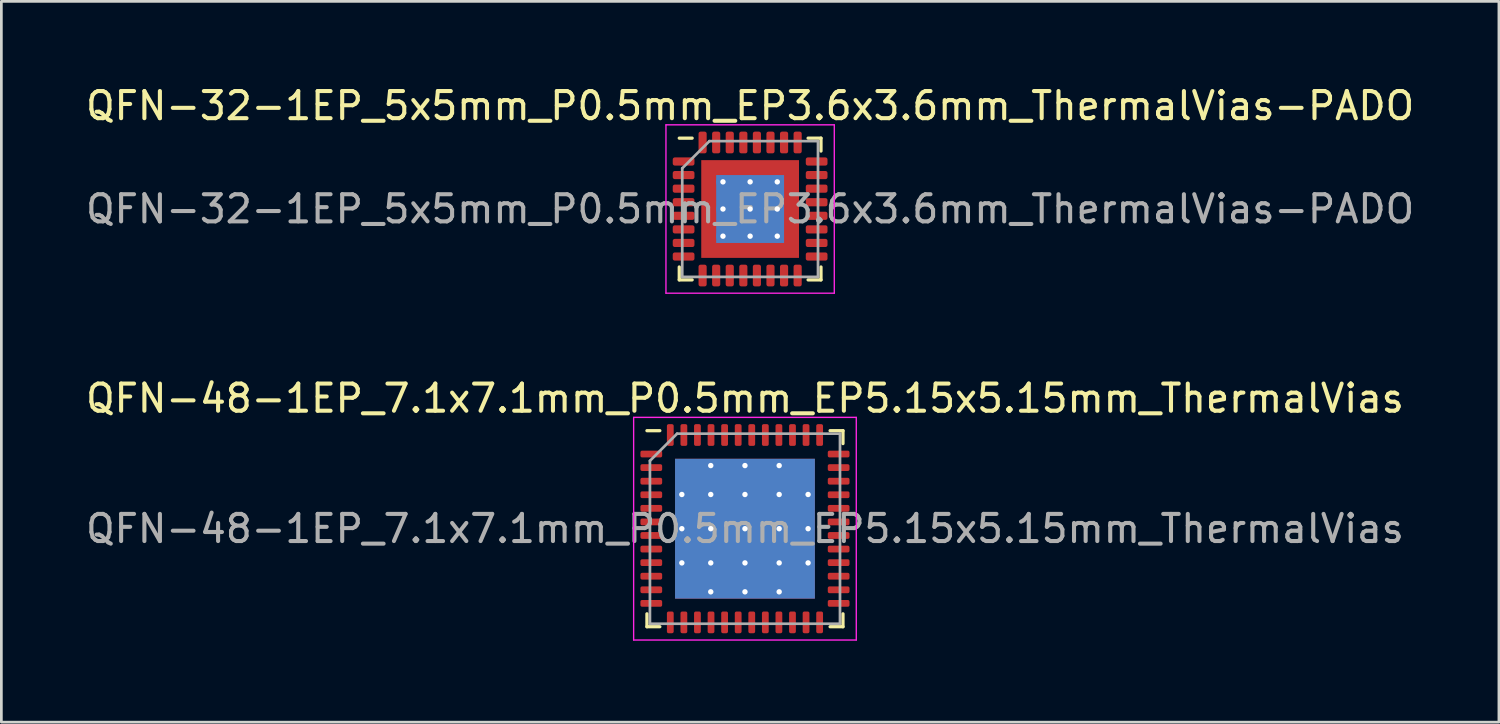
<source format=kicad_pcb>
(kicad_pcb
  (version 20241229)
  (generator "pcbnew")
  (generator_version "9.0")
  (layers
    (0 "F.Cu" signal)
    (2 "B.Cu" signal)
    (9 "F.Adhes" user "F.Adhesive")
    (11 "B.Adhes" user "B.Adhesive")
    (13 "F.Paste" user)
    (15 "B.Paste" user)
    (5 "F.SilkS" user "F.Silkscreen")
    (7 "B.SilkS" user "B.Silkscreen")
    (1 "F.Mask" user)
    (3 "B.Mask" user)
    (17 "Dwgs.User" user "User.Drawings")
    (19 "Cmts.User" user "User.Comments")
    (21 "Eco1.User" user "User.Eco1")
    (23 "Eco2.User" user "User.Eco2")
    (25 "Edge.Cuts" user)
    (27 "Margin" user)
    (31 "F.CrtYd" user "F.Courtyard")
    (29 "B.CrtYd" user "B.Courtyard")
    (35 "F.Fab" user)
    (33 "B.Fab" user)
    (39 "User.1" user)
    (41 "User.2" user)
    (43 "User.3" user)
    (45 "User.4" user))
  (footprint "QFN-32-1EP_5x5mm_P0.5mm_EP3.6x3.6mm_ThermalVias-PADO"
    (layer "F.Cu")
    (at 24.577 4.648)
    (property "Reference" "QFN-32-1EP_5x5mm_P0.5mm_EP3.6x3.6mm_ThermalVias-PADO" (at 0 -3.8 0) (layer "F.SilkS") (effects (font (size 1 1) (thickness 0.15))))
    (attr smd)
    (fp_line (start -2.61 2.61) (end -2.61 2.135) (stroke (width 0.12) (type solid)) (layer "F.SilkS"))
    (fp_line (start -2.135 -2.61) (end -2.61 -2.61) (stroke (width 0.12) (type solid)) (layer "F.SilkS"))
    (fp_line (start -2.135 2.61) (end -2.61 2.61) (stroke (width 0.12) (type solid)) (layer "F.SilkS"))
    (fp_line (start 2.135 -2.61) (end 2.61 -2.61) (stroke (width 0.12) (type solid)) (layer "F.SilkS"))
    (fp_line (start 2.135 2.61) (end 2.61 2.61) (stroke (width 0.12) (type solid)) (layer "F.SilkS"))
    (fp_line (start 2.61 -2.61) (end 2.61 -2.135) (stroke (width 0.12) (type solid)) (layer "F.SilkS"))
    (fp_line (start 2.61 2.61) (end 2.61 2.135) (stroke (width 0.12) (type solid)) (layer "F.SilkS"))
    (fp_line (start -3.1 -3.1) (end -3.1 3.1) (stroke (width 0.05) (type solid)) (layer "F.CrtYd"))
    (fp_line (start -3.1 3.1) (end 3.1 3.1) (stroke (width 0.05) (type solid)) (layer "F.CrtYd"))
    (fp_line (start 3.1 -3.1) (end -3.1 -3.1) (stroke (width 0.05) (type solid)) (layer "F.CrtYd"))
    (fp_line (start 3.1 3.1) (end 3.1 -3.1) (stroke (width 0.05) (type solid)) (layer "F.CrtYd"))
    (fp_line (start -2.5 -1.5) (end -1.5 -2.5) (stroke (width 0.1) (type solid)) (layer "F.Fab"))
    (fp_line (start -2.5 2.5) (end -2.5 -1.5) (stroke (width 0.1) (type solid)) (layer "F.Fab"))
    (fp_line (start -1.5 -2.5) (end 2.5 -2.5) (stroke (width 0.1) (type solid)) (layer "F.Fab"))
    (fp_line (start 2.5 -2.5) (end 2.5 2.5) (stroke (width 0.1) (type solid)) (layer "F.Fab"))
    (fp_line (start 2.5 2.5) (end -2.5 2.5) (stroke (width 0.1) (type solid)) (layer "F.Fab"))
    (fp_text user "${REFERENCE}" (at 0 0 0) (layer "F.Fab") (effects (font (size 1 1) (thickness 0.15))))
    (pad "" smd custom (at -1.4 -1.4) (size 0.555 0.555) (layers "F.Paste") (options (anchor circle)) (primitives (gr_poly (pts (xy -0.232 -0.232) (xy 0.232 -0.232) (xy 0.232 0.157) (xy 0.157 0.232) (xy -0.232 0.232)) (width 0.181) (fill yes))))
    (pad "" smd custom (at -1.4 -0.5) (size 0.568 0.568) (layers "F.Paste") (options (anchor circle)) (primitives (gr_poly (pts (xy -0.246 -0.326) (xy 0.182 -0.326) (xy 0.246 -0.263) (xy 0.246 0.263) (xy 0.182 0.326) (xy -0.246 0.326)) (width 0.153) (fill yes))))
    (pad "" smd custom (at -1.4 0.5) (size 0.568 0.568) (layers "F.Paste") (options (anchor circle)) (primitives (gr_poly (pts (xy -0.246 -0.326) (xy 0.182 -0.326) (xy 0.246 -0.263) (xy 0.246 0.263) (xy 0.182 0.326) (xy -0.246 0.326)) (width 0.153) (fill yes))))
    (pad "" smd custom (at -1.4 1.4) (size 0.555 0.555) (layers "F.Paste") (options (anchor circle)) (primitives (gr_poly (pts (xy -0.232 -0.232) (xy 0.157 -0.232) (xy 0.232 -0.157) (xy 0.232 0.232) (xy -0.232 0.232)) (width 0.181) (fill yes))))
    (pad "" smd custom (at -0.5 -1.4) (size 0.568 0.568) (layers "F.Paste") (options (anchor circle)) (primitives (gr_poly (pts (xy -0.326 -0.246) (xy 0.326 -0.246) (xy 0.326 0.182) (xy 0.263 0.246) (xy -0.263 0.246) (xy -0.326 0.182)) (width 0.153) (fill yes))))
    (pad "" smd roundrect (at -0.5 -0.5) (size 0.806 0.806) (layers "F.Paste") (roundrect_rratio 0.25))
    (pad "" smd roundrect (at -0.5 0.5) (size 0.806 0.806) (layers "F.Paste") (roundrect_rratio 0.25))
    (pad "" smd custom (at -0.5 1.4) (size 0.568 0.568) (layers "F.Paste") (options (anchor circle)) (primitives (gr_poly (pts (xy -0.326 -0.182) (xy -0.263 -0.246) (xy 0.263 -0.246) (xy 0.326 -0.182) (xy 0.326 0.246) (xy -0.326 0.246)) (width 0.153) (fill yes))))
    (pad "" smd custom (at 0.5 -1.4) (size 0.568 0.568) (layers "F.Paste") (options (anchor circle)) (primitives (gr_poly (pts (xy -0.326 -0.246) (xy 0.326 -0.246) (xy 0.326 0.182) (xy 0.263 0.246) (xy -0.263 0.246) (xy -0.326 0.182)) (width 0.153) (fill yes))))
    (pad "" smd roundrect (at 0.5 -0.5) (size 0.806 0.806) (layers "F.Paste") (roundrect_rratio 0.25))
    (pad "" smd roundrect (at 0.5 0.5) (size 0.806 0.806) (layers "F.Paste") (roundrect_rratio 0.25))
    (pad "" smd custom (at 0.5 1.4) (size 0.568 0.568) (layers "F.Paste") (options (anchor circle)) (primitives (gr_poly (pts (xy -0.326 -0.182) (xy -0.263 -0.246) (xy 0.263 -0.246) (xy 0.326 -0.182) (xy 0.326 0.246) (xy -0.326 0.246)) (width 0.153) (fill yes))))
    (pad "" smd custom (at 1.4 -1.4) (size 0.555 0.555) (layers "F.Paste") (options (anchor circle)) (primitives (gr_poly (pts (xy -0.232 -0.232) (xy 0.232 -0.232) (xy 0.232 0.232) (xy -0.157 0.232) (xy -0.232 0.157)) (width 0.181) (fill yes))))
    (pad "" smd custom (at 1.4 -0.5) (size 0.568 0.568) (layers "F.Paste") (options (anchor circle)) (primitives (gr_poly (pts (xy -0.246 -0.263) (xy -0.182 -0.326) (xy 0.246 -0.326) (xy 0.246 0.326) (xy -0.182 0.326) (xy -0.246 0.263)) (width 0.153) (fill yes))))
    (pad "" smd custom (at 1.4 0.5) (size 0.568 0.568) (layers "F.Paste") (options (anchor circle)) (primitives (gr_poly (pts (xy -0.246 -0.263) (xy -0.182 -0.326) (xy 0.246 -0.326) (xy 0.246 0.326) (xy -0.182 0.326) (xy -0.246 0.263)) (width 0.153) (fill yes))))
    (pad "" smd custom (at 1.4 1.4) (size 0.555 0.555) (layers "F.Paste") (options (anchor circle)) (primitives (gr_poly (pts (xy -0.232 -0.157) (xy -0.157 -0.232) (xy 0.232 -0.232) (xy 0.232 0.232) (xy -0.232 0.232)) (width 0.181) (fill yes))))
    (pad "1" smd roundrect (at -2.45 -1.75) (size 0.8 0.3) (layers "F.Cu" "F.Mask" "F.Paste") (roundrect_rratio 0.25))
    (pad "2" smd roundrect (at -2.45 -1.25) (size 0.8 0.3) (layers "F.Cu" "F.Mask" "F.Paste") (roundrect_rratio 0.25))
    (pad "3" smd roundrect (at -2.45 -0.75) (size 0.8 0.3) (layers "F.Cu" "F.Mask" "F.Paste") (roundrect_rratio 0.25))
    (pad "4" smd roundrect (at -2.45 -0.25) (size 0.8 0.3) (layers "F.Cu" "F.Mask" "F.Paste") (roundrect_rratio 0.25))
    (pad "5" smd roundrect (at -2.45 0.25) (size 0.8 0.3) (layers "F.Cu" "F.Mask" "F.Paste") (roundrect_rratio 0.25))
    (pad "6" smd roundrect (at -2.45 0.75) (size 0.8 0.3) (layers "F.Cu" "F.Mask" "F.Paste") (roundrect_rratio 0.25))
    (pad "7" smd roundrect (at -2.45 1.25) (size 0.8 0.3) (layers "F.Cu" "F.Mask" "F.Paste") (roundrect_rratio 0.25))
    (pad "8" smd roundrect (at -2.45 1.75) (size 0.8 0.3) (layers "F.Cu" "F.Mask" "F.Paste") (roundrect_rratio 0.25))
    (pad "9" smd roundrect (at -1.75 2.45) (size 0.3 0.8) (layers "F.Cu" "F.Mask" "F.Paste") (roundrect_rratio 0.25))
    (pad "10" smd roundrect (at -1.25 2.45) (size 0.3 0.8) (layers "F.Cu" "F.Mask" "F.Paste") (roundrect_rratio 0.25))
    (pad "11" smd roundrect (at -0.75 2.45) (size 0.3 0.8) (layers "F.Cu" "F.Mask" "F.Paste") (roundrect_rratio 0.25))
    (pad "12" smd roundrect (at -0.25 2.45) (size 0.3 0.8) (layers "F.Cu" "F.Mask" "F.Paste") (roundrect_rratio 0.25))
    (pad "13" smd roundrect (at 0.25 2.45) (size 0.3 0.8) (layers "F.Cu" "F.Mask" "F.Paste") (roundrect_rratio 0.25))
    (pad "14" smd roundrect (at 0.75 2.45) (size 0.3 0.8) (layers "F.Cu" "F.Mask" "F.Paste") (roundrect_rratio 0.25))
    (pad "15" smd roundrect (at 1.25 2.45) (size 0.3 0.8) (layers "F.Cu" "F.Mask" "F.Paste") (roundrect_rratio 0.25))
    (pad "16" smd roundrect (at 1.75 2.45) (size 0.3 0.8) (layers "F.Cu" "F.Mask" "F.Paste") (roundrect_rratio 0.25))
    (pad "17" smd roundrect (at 2.45 1.75) (size 0.8 0.3) (layers "F.Cu" "F.Mask" "F.Paste") (roundrect_rratio 0.25))
    (pad "18" smd roundrect (at 2.45 1.25) (size 0.8 0.3) (layers "F.Cu" "F.Mask" "F.Paste") (roundrect_rratio 0.25))
    (pad "19" smd roundrect (at 2.45 0.75) (size 0.8 0.3) (layers "F.Cu" "F.Mask" "F.Paste") (roundrect_rratio 0.25))
    (pad "20" smd roundrect (at 2.45 0.25) (size 0.8 0.3) (layers "F.Cu" "F.Mask" "F.Paste") (roundrect_rratio 0.25))
    (pad "21" smd roundrect (at 2.45 -0.25) (size 0.8 0.3) (layers "F.Cu" "F.Mask" "F.Paste") (roundrect_rratio 0.25))
    (pad "22" smd roundrect (at 2.45 -0.75) (size 0.8 0.3) (layers "F.Cu" "F.Mask" "F.Paste") (roundrect_rratio 0.25))
    (pad "23" smd roundrect (at 2.45 -1.25) (size 0.8 0.3) (layers "F.Cu" "F.Mask" "F.Paste") (roundrect_rratio 0.25))
    (pad "24" smd roundrect (at 2.45 -1.75) (size 0.8 0.3) (layers "F.Cu" "F.Mask" "F.Paste") (roundrect_rratio 0.25))
    (pad "25" smd roundrect (at 1.75 -2.45) (size 0.3 0.8) (layers "F.Cu" "F.Mask" "F.Paste") (roundrect_rratio 0.25))
    (pad "26" smd roundrect (at 1.25 -2.45) (size 0.3 0.8) (layers "F.Cu" "F.Mask" "F.Paste") (roundrect_rratio 0.25))
    (pad "27" smd roundrect (at 0.75 -2.45) (size 0.3 0.8) (layers "F.Cu" "F.Mask" "F.Paste") (roundrect_rratio 0.25))
    (pad "28" smd roundrect (at 0.25 -2.45) (size 0.3 0.8) (layers "F.Cu" "F.Mask" "F.Paste") (roundrect_rratio 0.25))
    (pad "29" smd roundrect (at -0.25 -2.45) (size 0.3 0.8) (layers "F.Cu" "F.Mask" "F.Paste") (roundrect_rratio 0.25))
    (pad "30" smd roundrect (at -0.75 -2.45) (size 0.3 0.8) (layers "F.Cu" "F.Mask" "F.Paste") (roundrect_rratio 0.25))
    (pad "31" smd roundrect (at -1.25 -2.45) (size 0.3 0.8) (layers "F.Cu" "F.Mask" "F.Paste") (roundrect_rratio 0.25))
    (pad "32" smd roundrect (at -1.75 -2.45) (size 0.3 0.8) (layers "F.Cu" "F.Mask" "F.Paste") (roundrect_rratio 0.25))
    (pad "33" thru_hole circle (at -1 -1) (size 0.5 0.5) (drill 0.2) (layers "*.Cu"))
    (pad "33" thru_hole circle (at -1 0) (size 0.5 0.5) (drill 0.2) (layers "*.Cu"))
    (pad "33" thru_hole circle (at -1 1) (size 0.5 0.5) (drill 0.2) (layers "*.Cu"))
    (pad "33" thru_hole circle (at 0 -1) (size 0.5 0.5) (drill 0.2) (layers "*.Cu"))
    (pad "33" thru_hole circle (at 0 0) (size 0.5 0.5) (drill 0.2) (layers "*.Cu"))
    (pad "33" smd rect (at 0 0) (size 2.5 2.5) (layers "B.Cu"))
    (pad "33" smd rect (at 0 0) (size 3.6 3.6) (layers "F.Cu" "F.Mask"))
    (pad "33" thru_hole circle (at 0 1) (size 0.5 0.5) (drill 0.2) (layers "*.Cu"))
    (pad "33" thru_hole circle (at 1 -1) (size 0.5 0.5) (drill 0.2) (layers "*.Cu"))
    (pad "33" thru_hole circle (at 1 0) (size 0.5 0.5) (drill 0.2) (layers "*.Cu"))
    (pad "33" thru_hole circle (at 1 1) (size 0.5 0.5) (drill 0.2) (layers "*.Cu")))
  (footprint "QFN-48-1EP_7.1x7.1mm_P0.5mm_EP5.15x5.15mm_ThermalVias"
    (layer "F.Cu")
    (at 24.387 16.422)
    (property "Reference" "QFN-48-1EP_7.1x7.1mm_P0.5mm_EP5.15x5.15mm_ThermalVias" (at 0 -4.8 0) (layer "F.SilkS") (effects (font (size 1 1) (thickness 0.15))))
    (attr smd)
    (fp_line (start -3.61 3.61) (end -3.61 3.135) (stroke (width 0.12) (type solid)) (layer "F.SilkS"))
    (fp_line (start -3.135 -3.61) (end -3.61 -3.61) (stroke (width 0.12) (type solid)) (layer "F.SilkS"))
    (fp_line (start -3.135 3.61) (end -3.61 3.61) (stroke (width 0.12) (type solid)) (layer "F.SilkS"))
    (fp_line (start 3.135 -3.61) (end 3.61 -3.61) (stroke (width 0.12) (type solid)) (layer "F.SilkS"))
    (fp_line (start 3.135 3.61) (end 3.61 3.61) (stroke (width 0.12) (type solid)) (layer "F.SilkS"))
    (fp_line (start 3.61 -3.61) (end 3.61 -3.135) (stroke (width 0.12) (type solid)) (layer "F.SilkS"))
    (fp_line (start 3.61 3.61) (end 3.61 3.135) (stroke (width 0.12) (type solid)) (layer "F.SilkS"))
    (fp_line (start -4.1 -4.1) (end -4.1 4.1) (stroke (width 0.05) (type solid)) (layer "F.CrtYd"))
    (fp_line (start -4.1 4.1) (end 4.1 4.1) (stroke (width 0.05) (type solid)) (layer "F.CrtYd"))
    (fp_line (start 4.1 -4.1) (end -4.1 -4.1) (stroke (width 0.05) (type solid)) (layer "F.CrtYd"))
    (fp_line (start 4.1 4.1) (end 4.1 -4.1) (stroke (width 0.05) (type solid)) (layer "F.CrtYd"))
    (fp_line (start -3.5 -2.5) (end -2.5 -3.5) (stroke (width 0.1) (type solid)) (layer "F.Fab"))
    (fp_line (start -3.5 3.5) (end -3.5 -2.5) (stroke (width 0.1) (type solid)) (layer "F.Fab"))
    (fp_line (start -2.5 -3.5) (end 3.5 -3.5) (stroke (width 0.1) (type solid)) (layer "F.Fab"))
    (fp_line (start 3.5 -3.5) (end 3.5 3.5) (stroke (width 0.1) (type solid)) (layer "F.Fab"))
    (fp_line (start 3.5 3.5) (end -3.5 3.5) (stroke (width 0.1) (type solid)) (layer "F.Fab"))
    (fp_text user "${REFERENCE}" (at 0 0 0) (layer "F.Fab") (effects (font (size 1 1) (thickness 0.15))))
    (pad "" smd roundrect (at -1.8 -1.8) (size 1.026 1.026) (layers "F.Paste") (roundrect_rratio 0.244))
    (pad "" smd roundrect (at -1.8 -0.6) (size 1.026 1.026) (layers "F.Paste") (roundrect_rratio 0.244))
    (pad "" smd roundrect (at -1.8 0.6) (size 1.026 1.026) (layers "F.Paste") (roundrect_rratio 0.244))
    (pad "" smd roundrect (at -1.8 1.8) (size 1.026 1.026) (layers "F.Paste") (roundrect_rratio 0.244))
    (pad "" smd roundrect (at -0.6 -1.8) (size 1.026 1.026) (layers "F.Paste") (roundrect_rratio 0.244))
    (pad "" smd roundrect (at -0.6 -0.6) (size 1.026 1.026) (layers "F.Paste") (roundrect_rratio 0.244))
    (pad "" smd roundrect (at -0.6 0.6) (size 1.026 1.026) (layers "F.Paste") (roundrect_rratio 0.244))
    (pad "" smd roundrect (at -0.6 1.8) (size 1.026 1.026) (layers "F.Paste") (roundrect_rratio 0.244))
    (pad "" smd roundrect (at 0.6 -1.8) (size 1.026 1.026) (layers "F.Paste") (roundrect_rratio 0.244))
    (pad "" smd roundrect (at 0.6 -0.6) (size 1.026 1.026) (layers "F.Paste") (roundrect_rratio 0.244))
    (pad "" smd roundrect (at 0.6 0.6) (size 1.026 1.026) (layers "F.Paste") (roundrect_rratio 0.244))
    (pad "" smd roundrect (at 0.6 1.8) (size 1.026 1.026) (layers "F.Paste") (roundrect_rratio 0.244))
    (pad "" smd roundrect (at 1.8 -1.8) (size 1.026 1.026) (layers "F.Paste") (roundrect_rratio 0.244))
    (pad "" smd roundrect (at 1.8 -0.6) (size 1.026 1.026) (layers "F.Paste") (roundrect_rratio 0.244))
    (pad "" smd roundrect (at 1.8 0.6) (size 1.026 1.026) (layers "F.Paste") (roundrect_rratio 0.244))
    (pad "" smd roundrect (at 1.8 1.8) (size 1.026 1.026) (layers "F.Paste") (roundrect_rratio 0.244))
    (pad "1" smd roundrect (at -3.45 -2.75) (size 0.8 0.25) (layers "F.Cu" "F.Mask" "F.Paste") (roundrect_rratio 0.25))
    (pad "2" smd roundrect (at -3.45 -2.25) (size 0.8 0.25) (layers "F.Cu" "F.Mask" "F.Paste") (roundrect_rratio 0.25))
    (pad "3" smd roundrect (at -3.45 -1.75) (size 0.8 0.25) (layers "F.Cu" "F.Mask" "F.Paste") (roundrect_rratio 0.25))
    (pad "4" smd roundrect (at -3.45 -1.25) (size 0.8 0.25) (layers "F.Cu" "F.Mask" "F.Paste") (roundrect_rratio 0.25))
    (pad "5" smd roundrect (at -3.45 -0.75) (size 0.8 0.25) (layers "F.Cu" "F.Mask" "F.Paste") (roundrect_rratio 0.25))
    (pad "6" smd roundrect (at -3.45 -0.25) (size 0.8 0.25) (layers "F.Cu" "F.Mask" "F.Paste") (roundrect_rratio 0.25))
    (pad "7" smd roundrect (at -3.45 0.25) (size 0.8 0.25) (layers "F.Cu" "F.Mask" "F.Paste") (roundrect_rratio 0.25))
    (pad "8" smd roundrect (at -3.45 0.75) (size 0.8 0.25) (layers "F.Cu" "F.Mask" "F.Paste") (roundrect_rratio 0.25))
    (pad "9" smd roundrect (at -3.45 1.25) (size 0.8 0.25) (layers "F.Cu" "F.Mask" "F.Paste") (roundrect_rratio 0.25))
    (pad "10" smd roundrect (at -3.45 1.75) (size 0.8 0.25) (layers "F.Cu" "F.Mask" "F.Paste") (roundrect_rratio 0.25))
    (pad "11" smd roundrect (at -3.45 2.25) (size 0.8 0.25) (layers "F.Cu" "F.Mask" "F.Paste") (roundrect_rratio 0.25))
    (pad "12" smd roundrect (at -3.45 2.75) (size 0.8 0.25) (layers "F.Cu" "F.Mask" "F.Paste") (roundrect_rratio 0.25))
    (pad "13" smd roundrect (at -2.75 3.45) (size 0.25 0.8) (layers "F.Cu" "F.Mask" "F.Paste") (roundrect_rratio 0.25))
    (pad "14" smd roundrect (at -2.25 3.45) (size 0.25 0.8) (layers "F.Cu" "F.Mask" "F.Paste") (roundrect_rratio 0.25))
    (pad "15" smd roundrect (at -1.75 3.45) (size 0.25 0.8) (layers "F.Cu" "F.Mask" "F.Paste") (roundrect_rratio 0.25))
    (pad "16" smd roundrect (at -1.25 3.45) (size 0.25 0.8) (layers "F.Cu" "F.Mask" "F.Paste") (roundrect_rratio 0.25))
    (pad "17" smd roundrect (at -0.75 3.45) (size 0.25 0.8) (layers "F.Cu" "F.Mask" "F.Paste") (roundrect_rratio 0.25))
    (pad "18" smd roundrect (at -0.25 3.45) (size 0.25 0.8) (layers "F.Cu" "F.Mask" "F.Paste") (roundrect_rratio 0.25))
    (pad "19" smd roundrect (at 0.25 3.45) (size 0.25 0.8) (layers "F.Cu" "F.Mask" "F.Paste") (roundrect_rratio 0.25))
    (pad "20" smd roundrect (at 0.75 3.45) (size 0.25 0.8) (layers "F.Cu" "F.Mask" "F.Paste") (roundrect_rratio 0.25))
    (pad "21" smd roundrect (at 1.25 3.45) (size 0.25 0.8) (layers "F.Cu" "F.Mask" "F.Paste") (roundrect_rratio 0.25))
    (pad "22" smd roundrect (at 1.75 3.45) (size 0.25 0.8) (layers "F.Cu" "F.Mask" "F.Paste") (roundrect_rratio 0.25))
    (pad "23" smd roundrect (at 2.25 3.45) (size 0.25 0.8) (layers "F.Cu" "F.Mask" "F.Paste") (roundrect_rratio 0.25))
    (pad "24" smd roundrect (at 2.75 3.45) (size 0.25 0.8) (layers "F.Cu" "F.Mask" "F.Paste") (roundrect_rratio 0.25))
    (pad "25" smd roundrect (at 3.45 2.75) (size 0.8 0.25) (layers "F.Cu" "F.Mask" "F.Paste") (roundrect_rratio 0.25))
    (pad "26" smd roundrect (at 3.45 2.25) (size 0.8 0.25) (layers "F.Cu" "F.Mask" "F.Paste") (roundrect_rratio 0.25))
    (pad "27" smd roundrect (at 3.45 1.75) (size 0.8 0.25) (layers "F.Cu" "F.Mask" "F.Paste") (roundrect_rratio 0.25))
    (pad "28" smd roundrect (at 3.45 1.25) (size 0.8 0.25) (layers "F.Cu" "F.Mask" "F.Paste") (roundrect_rratio 0.25))
    (pad "29" smd roundrect (at 3.45 0.75) (size 0.8 0.25) (layers "F.Cu" "F.Mask" "F.Paste") (roundrect_rratio 0.25))
    (pad "30" smd roundrect (at 3.45 0.25) (size 0.8 0.25) (layers "F.Cu" "F.Mask" "F.Paste") (roundrect_rratio 0.25))
    (pad "31" smd roundrect (at 3.45 -0.25) (size 0.8 0.25) (layers "F.Cu" "F.Mask" "F.Paste") (roundrect_rratio 0.25))
    (pad "32" smd roundrect (at 3.45 -0.75) (size 0.8 0.25) (layers "F.Cu" "F.Mask" "F.Paste") (roundrect_rratio 0.25))
    (pad "33" smd roundrect (at 3.45 -1.25) (size 0.8 0.25) (layers "F.Cu" "F.Mask" "F.Paste") (roundrect_rratio 0.25))
    (pad "34" smd roundrect (at 3.45 -1.75) (size 0.8 0.25) (layers "F.Cu" "F.Mask" "F.Paste") (roundrect_rratio 0.25))
    (pad "35" smd roundrect (at 3.45 -2.25) (size 0.8 0.25) (layers "F.Cu" "F.Mask" "F.Paste") (roundrect_rratio 0.25))
    (pad "36" smd roundrect (at 3.45 -2.75) (size 0.8 0.25) (layers "F.Cu" "F.Mask" "F.Paste") (roundrect_rratio 0.25))
    (pad "37" smd roundrect (at 2.75 -3.45) (size 0.25 0.8) (layers "F.Cu" "F.Mask" "F.Paste") (roundrect_rratio 0.25))
    (pad "38" smd roundrect (at 2.25 -3.45) (size 0.25 0.8) (layers "F.Cu" "F.Mask" "F.Paste") (roundrect_rratio 0.25))
    (pad "39" smd roundrect (at 1.75 -3.45) (size 0.25 0.8) (layers "F.Cu" "F.Mask" "F.Paste") (roundrect_rratio 0.25))
    (pad "40" smd roundrect (at 1.25 -3.45) (size 0.25 0.8) (layers "F.Cu" "F.Mask" "F.Paste") (roundrect_rratio 0.25))
    (pad "41" smd roundrect (at 0.75 -3.45) (size 0.25 0.8) (layers "F.Cu" "F.Mask" "F.Paste") (roundrect_rratio 0.25))
    (pad "42" smd roundrect (at 0.25 -3.45) (size 0.25 0.8) (layers "F.Cu" "F.Mask" "F.Paste") (roundrect_rratio 0.25))
    (pad "43" smd roundrect (at -0.25 -3.45) (size 0.25 0.8) (layers "F.Cu" "F.Mask" "F.Paste") (roundrect_rratio 0.25))
    (pad "44" smd roundrect (at -0.75 -3.45) (size 0.25 0.8) (layers "F.Cu" "F.Mask" "F.Paste") (roundrect_rratio 0.25))
    (pad "45" smd roundrect (at -1.25 -3.45) (size 0.25 0.8) (layers "F.Cu" "F.Mask" "F.Paste") (roundrect_rratio 0.25))
    (pad "46" smd roundrect (at -1.75 -3.45) (size 0.25 0.8) (layers "F.Cu" "F.Mask" "F.Paste") (roundrect_rratio 0.25))
    (pad "47" smd roundrect (at -2.25 -3.45) (size 0.25 0.8) (layers "F.Cu" "F.Mask" "F.Paste") (roundrect_rratio 0.25))
    (pad "48" smd roundrect (at -2.75 -3.45) (size 0.25 0.8) (layers "F.Cu" "F.Mask" "F.Paste") (roundrect_rratio 0.25))
    (pad "49" thru_hole circle (at -2.325 -1.26) (size 0.45 0.45) (drill 0.2) (layers "*.Cu"))
    (pad "49" thru_hole circle (at -2.325 0) (size 0.45 0.45) (drill 0.2) (layers "*.Cu"))
    (pad "49" thru_hole circle (at -2.325 1.26) (size 0.45 0.45) (drill 0.2) (layers "*.Cu"))
    (pad "49" thru_hole circle (at -1.26 -2.325) (size 0.45 0.45) (drill 0.2) (layers "*.Cu"))
    (pad "49" thru_hole circle (at -1.26 -1.26) (size 0.45 0.45) (drill 0.2) (layers "*.Cu"))
    (pad "49" thru_hole circle (at -1.26 0) (size 0.45 0.45) (drill 0.2) (layers "*.Cu"))
    (pad "49" thru_hole circle (at -1.26 1.26) (size 0.45 0.45) (drill 0.2) (layers "*.Cu"))
    (pad "49" thru_hole circle (at -1.26 2.325) (size 0.45 0.45) (drill 0.2) (layers "*.Cu"))
    (pad "49" thru_hole circle (at 0 -2.325) (size 0.45 0.45) (drill 0.2) (layers "*.Cu"))
    (pad "49" thru_hole circle (at 0 -1.26) (size 0.45 0.45) (drill 0.2) (layers "*.Cu"))
    (pad "49" thru_hole circle (at 0 0) (size 0.45 0.45) (drill 0.2) (layers "*.Cu"))
    (pad "49" smd rect (at 0 0) (size 5.15 5.15) (layers "F.Cu" "F.Mask"))
    (pad "49" smd rect (at 0 0) (size 5.15 5.15) (layers "B.Cu"))
    (pad "49" thru_hole circle (at 0 1.26) (size 0.45 0.45) (drill 0.2) (layers "*.Cu"))
    (pad "49" thru_hole circle (at 0 2.325) (size 0.45 0.45) (drill 0.2) (layers "*.Cu"))
    (pad "49" thru_hole circle (at 1.26 -2.325) (size 0.45 0.45) (drill 0.2) (layers "*.Cu"))
    (pad "49" thru_hole circle (at 1.26 -1.26) (size 0.45 0.45) (drill 0.2) (layers "*.Cu"))
    (pad "49" thru_hole circle (at 1.26 0) (size 0.45 0.45) (drill 0.2) (layers "*.Cu"))
    (pad "49" thru_hole circle (at 1.26 1.26) (size 0.45 0.45) (drill 0.2) (layers "*.Cu"))
    (pad "49" thru_hole circle (at 1.26 2.325) (size 0.45 0.45) (drill 0.2) (layers "*.Cu"))
    (pad "49" thru_hole circle (at 2.325 -1.26) (size 0.45 0.45) (drill 0.2) (layers "*.Cu"))
    (pad "49" thru_hole circle (at 2.325 0) (size 0.45 0.45) (drill 0.2) (layers "*.Cu"))
    (pad "49" thru_hole circle (at 2.325 1.26) (size 0.45 0.45) (drill 0.2) (layers "*.Cu")))
  (gr_rect
    (start -3 -3)
    (end 52.155 23.547)
    (stroke (width 0.1) (type default))
    (fill no)
    (layer "Edge.Cuts")))
</source>
